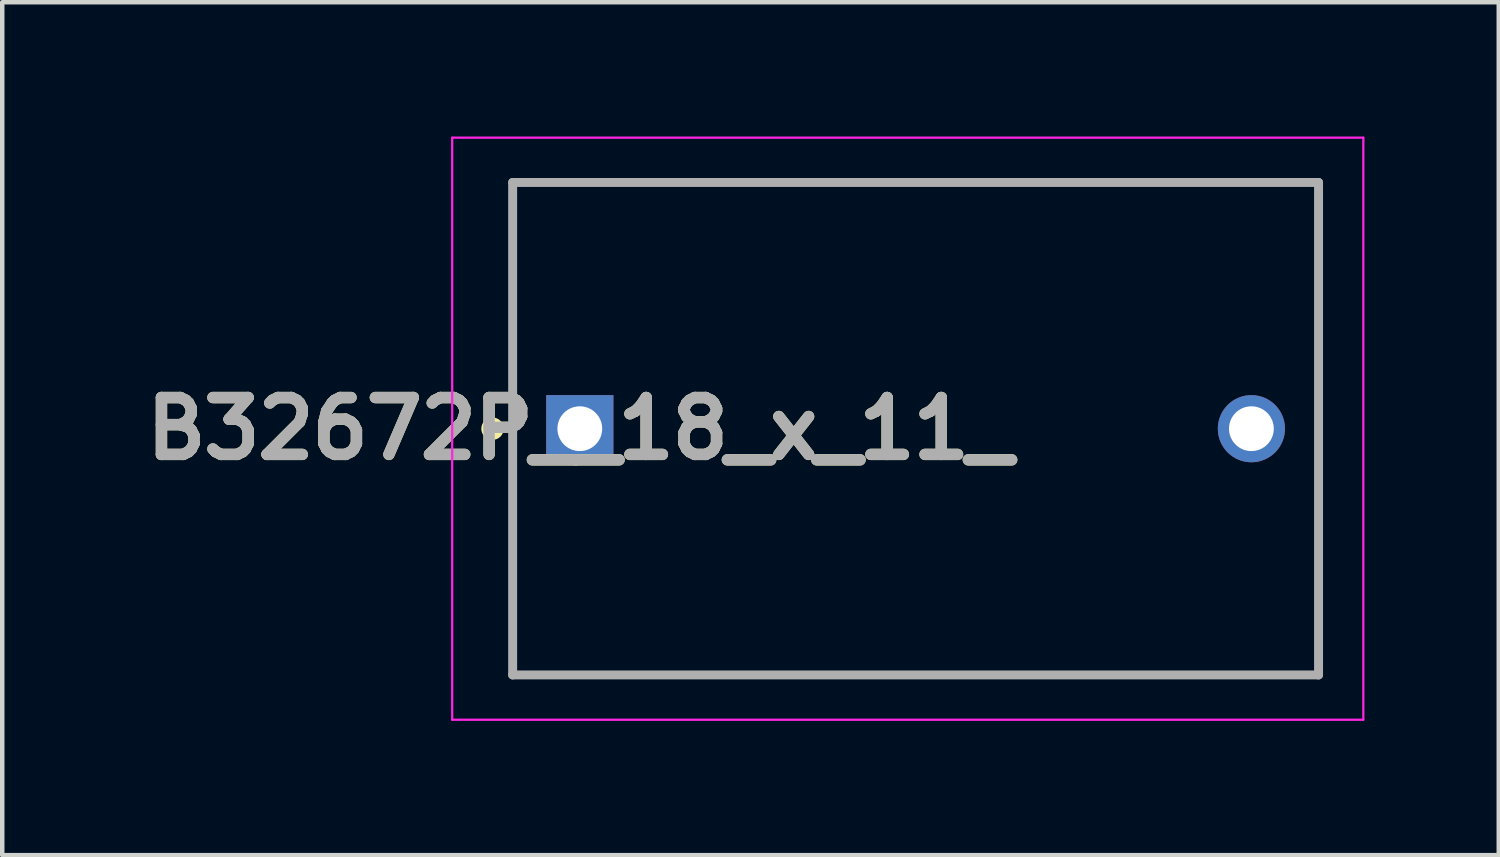
<source format=kicad_pcb>
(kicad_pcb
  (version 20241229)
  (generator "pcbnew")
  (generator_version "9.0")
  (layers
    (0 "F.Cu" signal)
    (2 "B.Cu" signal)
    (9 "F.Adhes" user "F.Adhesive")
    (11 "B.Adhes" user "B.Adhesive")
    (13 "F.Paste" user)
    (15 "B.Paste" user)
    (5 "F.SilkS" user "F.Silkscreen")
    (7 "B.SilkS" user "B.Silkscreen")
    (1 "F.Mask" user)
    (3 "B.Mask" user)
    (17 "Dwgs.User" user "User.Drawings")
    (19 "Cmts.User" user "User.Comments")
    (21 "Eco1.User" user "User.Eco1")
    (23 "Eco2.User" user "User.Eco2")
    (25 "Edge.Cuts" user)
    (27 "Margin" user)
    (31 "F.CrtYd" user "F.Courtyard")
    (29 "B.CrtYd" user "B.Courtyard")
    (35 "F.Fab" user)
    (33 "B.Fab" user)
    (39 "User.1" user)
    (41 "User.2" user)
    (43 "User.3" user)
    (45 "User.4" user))
  (footprint "B32672P__18_x_11_"
    (layer "F.Cu")
    (at 9.9 6.525)
    (property "Reference" "B32672P__18_x_11_" (at 0 0 0) (layer "F.SilkS") (effects (font (size 1.27 1.27) (thickness 0.254))))
    (attr through_hole)
    (fp_line (start -1.5 -5.5) (end 16.5 -5.5) (stroke (width 0.1) (type solid)) (layer "F.SilkS"))
    (fp_line (start -1.5 5.5) (end -1.5 -5.5) (stroke (width 0.1) (type solid)) (layer "F.SilkS"))
    (fp_line (start 16.5 -5.5) (end 16.5 5.5) (stroke (width 0.1) (type solid)) (layer "F.SilkS"))
    (fp_line (start 16.5 5.5) (end -1.5 5.5) (stroke (width 0.1) (type solid)) (layer "F.SilkS"))
    (fp_circle (center -1.95 0) (end -1.95 0.05) (stroke (width 0.2) (type solid)) (fill no) (layer "F.SilkS"))
    (fp_line (start -2.85 -6.5) (end 17.5 -6.5) (stroke (width 0.05) (type solid)) (layer "F.CrtYd"))
    (fp_line (start -2.85 6.5) (end -2.85 -6.5) (stroke (width 0.05) (type solid)) (layer "F.CrtYd"))
    (fp_line (start 17.5 -6.5) (end 17.5 6.5) (stroke (width 0.05) (type solid)) (layer "F.CrtYd"))
    (fp_line (start 17.5 6.5) (end -2.85 6.5) (stroke (width 0.05) (type solid)) (layer "F.CrtYd"))
    (fp_line (start -1.5 -5.5) (end 16.5 -5.5) (stroke (width 0.2) (type solid)) (layer "F.Fab"))
    (fp_line (start -1.5 5.5) (end -1.5 -5.5) (stroke (width 0.2) (type solid)) (layer "F.Fab"))
    (fp_line (start 16.5 -5.5) (end 16.5 5.5) (stroke (width 0.2) (type solid)) (layer "F.Fab"))
    (fp_line (start 16.5 5.5) (end -1.5 5.5) (stroke (width 0.2) (type solid)) (layer "F.Fab"))
    (fp_text user "${REFERENCE}" (at 0 0 0) (layer "F.Fab") (effects (font (size 1.27 1.27) (thickness 0.254))))
    (pad "1" thru_hole rect (at 0 0) (size 1.5 1.5) (drill 1) (layers "*.Cu" "*.Mask"))
    (pad "2" thru_hole circle (at 15 0) (size 1.5 1.5) (drill 1) (layers "*.Cu" "*.Mask")))
  (gr_rect
    (start -3 -3)
    (end 30.425 16.05)
    (stroke (width 0.1) (type default))
    (fill no)
    (layer "Edge.Cuts")))
</source>
